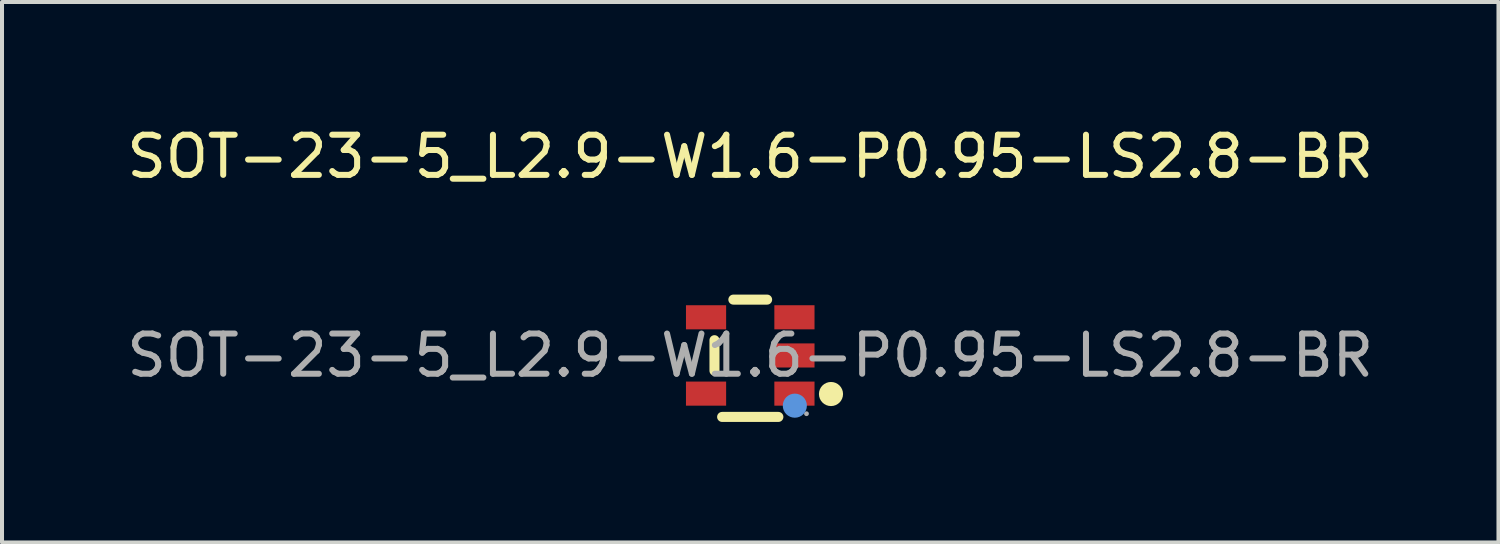
<source format=kicad_pcb>
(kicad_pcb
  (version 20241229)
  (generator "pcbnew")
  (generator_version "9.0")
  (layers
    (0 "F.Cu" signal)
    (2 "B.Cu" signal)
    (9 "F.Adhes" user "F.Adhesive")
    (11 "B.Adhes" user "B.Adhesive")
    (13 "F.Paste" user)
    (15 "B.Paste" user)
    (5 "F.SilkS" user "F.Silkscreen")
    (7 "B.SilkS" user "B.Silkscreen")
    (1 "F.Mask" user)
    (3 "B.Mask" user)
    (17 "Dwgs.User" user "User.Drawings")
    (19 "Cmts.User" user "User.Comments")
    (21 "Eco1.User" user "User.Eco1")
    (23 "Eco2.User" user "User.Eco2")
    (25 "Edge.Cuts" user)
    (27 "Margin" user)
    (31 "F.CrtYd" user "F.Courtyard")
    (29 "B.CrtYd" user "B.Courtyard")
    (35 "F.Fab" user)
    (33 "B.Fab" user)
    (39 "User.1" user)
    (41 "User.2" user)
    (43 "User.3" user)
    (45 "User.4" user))
  (footprint "SOT-23-5_L2.9-W1.6-P0.95-LS2.8-BR"
    (layer "F.Cu")
    (at 15.625 5.798)
    (property "Reference" "SOT-23-5_L2.9-W1.6-P0.95-LS2.8-BR" (at 0 -4.95 0) (layer "F.SilkS") (effects (font (size 1 1) (thickness 0.15))))
    (attr smd)
    (fp_line (start -0.89 0.38) (end -0.89 -0.38) (stroke (width 0.25) (type solid)) (layer "F.SilkS"))
    (fp_line (start -0.7 1.53) (end 0.7 1.53) (stroke (width 0.25) (type solid)) (layer "F.SilkS"))
    (fp_line (start -0.42 -1.39) (end 0.42 -1.39) (stroke (width 0.25) (type solid)) (layer "F.SilkS"))
    (fp_circle (center 2.01 0.96) (end 2.16 0.96) (stroke (width 0.3) (type solid)) (fill no) (layer "F.SilkS"))
    (fp_circle (center 1.11 1.25) (end 1.26 1.25) (stroke (width 0.3) (type solid)) (fill no) (layer "Cmts.User"))
    (fp_circle (center 1.4 1.45) (end 1.43 1.45) (stroke (width 0.06) (type solid)) (fill no) (layer "F.Fab"))
    (fp_text user "${REFERENCE}" (at 0 0 0) (layer "F.Fab") (effects (font (size 1 1) (thickness 0.15))))
    (pad "1" smd rect (at 1.1 0.95 90) (size 0.6 1) (layers "F.Cu" "F.Mask" "F.Paste"))
    (pad "2" smd rect (at 1.1 0 90) (size 0.6 1) (layers "F.Cu" "F.Mask" "F.Paste"))
    (pad "3" smd rect (at 1.1 -0.95 90) (size 0.6 1) (layers "F.Cu" "F.Mask" "F.Paste"))
    (pad "4" smd rect (at -1.1 -0.95 90) (size 0.6 1) (layers "F.Cu" "F.Mask" "F.Paste"))
    (pad "5" smd rect (at -1.1 0.95 90) (size 0.6 1) (layers "F.Cu" "F.Mask" "F.Paste")))
  (gr_rect
    (start -3 -3)
    (end 34.25 10.453)
    (stroke (width 0.1) (type default))
    (fill no)
    (layer "Edge.Cuts")))
</source>
